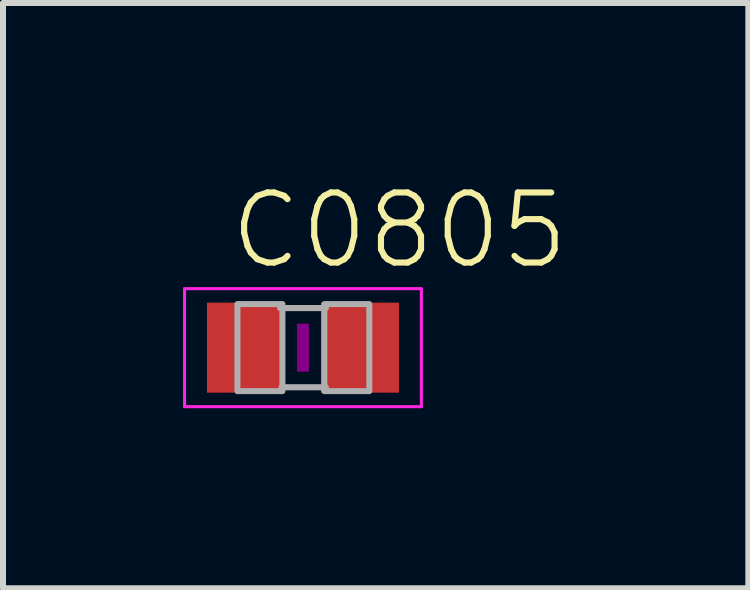
<source format=kicad_pcb>
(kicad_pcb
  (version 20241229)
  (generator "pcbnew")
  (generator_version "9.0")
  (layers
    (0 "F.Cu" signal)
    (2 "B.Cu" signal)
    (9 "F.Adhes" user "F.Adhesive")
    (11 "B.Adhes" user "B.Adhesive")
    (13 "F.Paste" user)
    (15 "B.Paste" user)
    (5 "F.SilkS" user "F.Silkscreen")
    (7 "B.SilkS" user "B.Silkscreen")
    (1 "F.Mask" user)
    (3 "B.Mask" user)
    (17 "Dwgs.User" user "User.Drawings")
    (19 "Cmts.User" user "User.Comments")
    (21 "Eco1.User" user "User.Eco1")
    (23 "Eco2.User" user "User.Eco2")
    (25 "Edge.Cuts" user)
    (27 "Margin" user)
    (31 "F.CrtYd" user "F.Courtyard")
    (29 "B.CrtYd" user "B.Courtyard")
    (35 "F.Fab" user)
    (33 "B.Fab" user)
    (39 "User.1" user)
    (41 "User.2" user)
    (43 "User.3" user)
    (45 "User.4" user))
  (footprint "C0805"
    (layer "F.Cu")
    (at 1.998 2.743)
    (property "Reference" "C0805" (at -1.27 -1.27 0) (layer "F.SilkS") (effects (font (size 1.168 1.168) (thickness 0.102)) (justify left bottom)))
    (fp_poly (pts (xy -0.1 0.4) (xy 0.1 0.4) (xy 0.1 -0.4) (xy -0.1 -0.4)) (stroke (width 0) (type solid)) (fill yes) (layer "F.Adhes"))
    (fp_line (start -1.973 -0.983) (end 1.973 -0.983) (stroke (width 0.051) (type solid)) (layer "F.CrtYd"))
    (fp_line (start -1.973 0.983) (end -1.973 -0.983) (stroke (width 0.051) (type solid)) (layer "F.CrtYd"))
    (fp_line (start 1.973 -0.983) (end 1.973 0.983) (stroke (width 0.051) (type solid)) (layer "F.CrtYd"))
    (fp_line (start 1.973 0.983) (end -1.973 0.983) (stroke (width 0.051) (type solid)) (layer "F.CrtYd"))
    (fp_line (start -0.381 -0.66) (end 0.381 -0.66) (stroke (width 0.102) (type solid)) (layer "F.Fab"))
    (fp_line (start -0.356 0.66) (end 0.381 0.66) (stroke (width 0.102) (type solid)) (layer "F.Fab"))
    (fp_poly (pts (xy -1.092 0.724) (xy -0.342 0.724) (xy -0.342 -0.726) (xy -1.092 -0.726)) (stroke (width 0.1) (type solid)) (fill no) (layer "F.Fab"))
    (fp_poly (pts (xy 0.356 0.724) (xy 1.106 0.724) (xy 1.106 -0.726) (xy 0.356 -0.726)) (stroke (width 0.1) (type solid)) (fill no) (layer "F.Fab"))
    (pad "1" smd rect (at -0.95 0) (size 1.3 1.5) (layers "F.Cu" "F.Mask" "F.Paste"))
    (pad "2" smd rect (at 0.95 0) (size 1.3 1.5) (layers "F.Cu" "F.Mask" "F.Paste")))
  (gr_rect
    (start -3 -3)
    (end 9.419 6.752)
    (stroke (width 0.1) (type default))
    (fill no)
    (layer "Edge.Cuts")))
</source>
